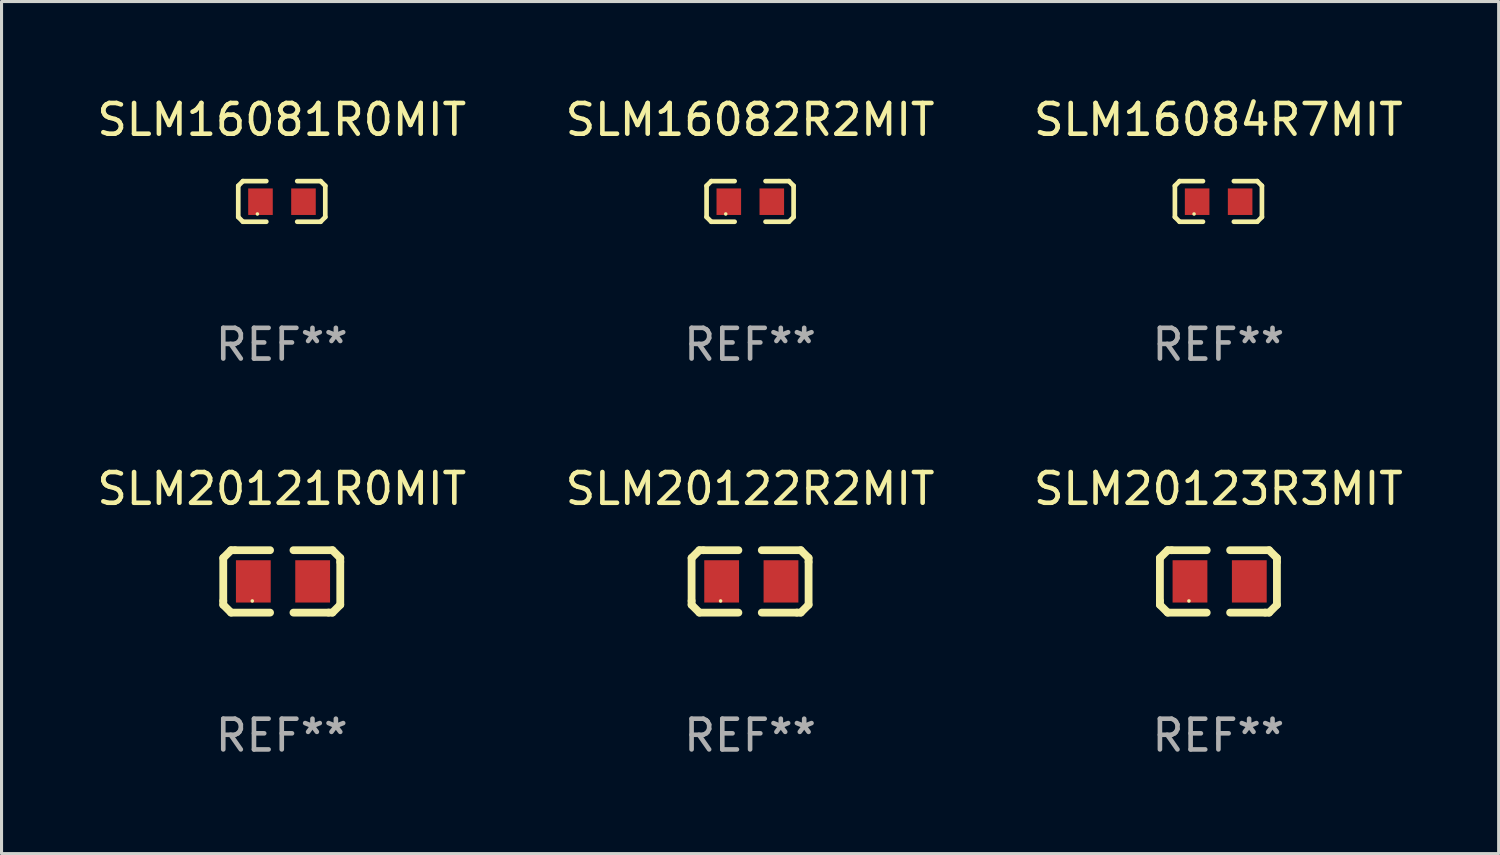
<source format=kicad_pcb>
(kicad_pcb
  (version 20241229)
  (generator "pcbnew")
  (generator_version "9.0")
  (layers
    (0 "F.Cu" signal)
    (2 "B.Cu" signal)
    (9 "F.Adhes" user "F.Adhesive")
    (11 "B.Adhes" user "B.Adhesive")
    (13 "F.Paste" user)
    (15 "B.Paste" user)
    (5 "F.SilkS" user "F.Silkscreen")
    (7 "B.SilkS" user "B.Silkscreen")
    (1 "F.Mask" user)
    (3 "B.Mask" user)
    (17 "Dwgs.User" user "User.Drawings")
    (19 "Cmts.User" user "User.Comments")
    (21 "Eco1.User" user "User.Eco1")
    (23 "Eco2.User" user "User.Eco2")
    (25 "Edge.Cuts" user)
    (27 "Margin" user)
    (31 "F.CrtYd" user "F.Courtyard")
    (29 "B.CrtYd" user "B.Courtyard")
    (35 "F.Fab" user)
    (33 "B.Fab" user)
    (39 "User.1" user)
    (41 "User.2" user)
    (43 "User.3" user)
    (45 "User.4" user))
  (footprint "SLM20121R0MIT"
    (layer "F.Cu")
    (at 6.125 15.882)
    (property "Reference" "SLM20121R0MIT" (at 0 -3.016 0) (layer "F.SilkS") (effects (font (size 1 1) (thickness 0.15))))
    (attr through_hole)
    (fp_line (start -1.905 -0.762) (end -1.905 0.635) (stroke (width 0.254) (type solid)) (layer "F.SilkS"))
    (fp_line (start -1.905 0.635) (end -1.905 0.762) (stroke (width 0.254) (type solid)) (layer "F.SilkS"))
    (fp_line (start -1.905 0.762) (end -1.651 1.016) (stroke (width 0.254) (type solid)) (layer "F.SilkS"))
    (fp_line (start -1.651 -1.016) (end -1.905 -0.762) (stroke (width 0.254) (type solid)) (layer "F.SilkS"))
    (fp_line (start -1.651 1.016) (end -0.381 1.016) (stroke (width 0.254) (type solid)) (layer "F.SilkS"))
    (fp_line (start -1.524 -1.016) (end -1.651 -1.016) (stroke (width 0.254) (type solid)) (layer "F.SilkS"))
    (fp_line (start -0.381 -1.016) (end -1.524 -1.016) (stroke (width 0.254) (type solid)) (layer "F.SilkS"))
    (fp_line (start 0.381 1.016) (end 1.524 1.016) (stroke (width 0.254) (type solid)) (layer "F.SilkS"))
    (fp_line (start 1.524 1.016) (end 1.651 1.016) (stroke (width 0.254) (type solid)) (layer "F.SilkS"))
    (fp_line (start 1.651 -1.016) (end 0.381 -1.016) (stroke (width 0.254) (type solid)) (layer "F.SilkS"))
    (fp_line (start 1.651 1.016) (end 1.905 0.762) (stroke (width 0.254) (type solid)) (layer "F.SilkS"))
    (fp_line (start 1.905 -0.762) (end 1.651 -1.016) (stroke (width 0.254) (type solid)) (layer "F.SilkS"))
    (fp_line (start 1.905 -0.635) (end 1.905 -0.762) (stroke (width 0.254) (type solid)) (layer "F.SilkS"))
    (fp_line (start 1.905 0.762) (end 1.905 -0.635) (stroke (width 0.254) (type solid)) (layer "F.SilkS"))
    (fp_circle (center -0.96 0.637) (end -0.93 0.637) (stroke (width 0.06) (type solid)) (fill no) (layer "F.SilkS"))
    (fp_text user "REF**" (at 0 5.016 0) (layer "F.Fab") (effects (font (size 1 1) (thickness 0.15))))
    (pad "1" smd rect (at -0.926 -0.000051) (size 1.133 1.377) (layers "F.Cu" "F.Mask" "F.Paste"))
    (pad "2" smd rect (at 1.006 -0.000051) (size 1.133 1.377) (layers "F.Cu" "F.Mask" "F.Paste")))
  (footprint "SLM20122R2MIT"
    (layer "F.Cu")
    (at 21.375 15.882)
    (property "Reference" "SLM20122R2MIT" (at 0 -3.016 0) (layer "F.SilkS") (effects (font (size 1 1) (thickness 0.15))))
    (attr through_hole)
    (fp_line (start -1.905 -0.762) (end -1.905 0.635) (stroke (width 0.254) (type solid)) (layer "F.SilkS"))
    (fp_line (start -1.905 0.635) (end -1.905 0.762) (stroke (width 0.254) (type solid)) (layer "F.SilkS"))
    (fp_line (start -1.905 0.762) (end -1.651 1.016) (stroke (width 0.254) (type solid)) (layer "F.SilkS"))
    (fp_line (start -1.651 -1.016) (end -1.905 -0.762) (stroke (width 0.254) (type solid)) (layer "F.SilkS"))
    (fp_line (start -1.651 1.016) (end -0.381 1.016) (stroke (width 0.254) (type solid)) (layer "F.SilkS"))
    (fp_line (start -1.524 -1.016) (end -1.651 -1.016) (stroke (width 0.254) (type solid)) (layer "F.SilkS"))
    (fp_line (start -0.381 -1.016) (end -1.524 -1.016) (stroke (width 0.254) (type solid)) (layer "F.SilkS"))
    (fp_line (start 0.381 1.016) (end 1.524 1.016) (stroke (width 0.254) (type solid)) (layer "F.SilkS"))
    (fp_line (start 1.524 1.016) (end 1.651 1.016) (stroke (width 0.254) (type solid)) (layer "F.SilkS"))
    (fp_line (start 1.651 -1.016) (end 0.381 -1.016) (stroke (width 0.254) (type solid)) (layer "F.SilkS"))
    (fp_line (start 1.651 1.016) (end 1.905 0.762) (stroke (width 0.254) (type solid)) (layer "F.SilkS"))
    (fp_line (start 1.905 -0.762) (end 1.651 -1.016) (stroke (width 0.254) (type solid)) (layer "F.SilkS"))
    (fp_line (start 1.905 -0.635) (end 1.905 -0.762) (stroke (width 0.254) (type solid)) (layer "F.SilkS"))
    (fp_line (start 1.905 0.762) (end 1.905 -0.635) (stroke (width 0.254) (type solid)) (layer "F.SilkS"))
    (fp_circle (center -0.96 0.637) (end -0.93 0.637) (stroke (width 0.06) (type solid)) (fill no) (layer "F.SilkS"))
    (fp_text user "REF**" (at 0 5.016 0) (layer "F.Fab") (effects (font (size 1 1) (thickness 0.15))))
    (pad "1" smd rect (at -0.926 -0.000051) (size 1.133 1.377) (layers "F.Cu" "F.Mask" "F.Paste"))
    (pad "2" smd rect (at 1.006 -0.000051) (size 1.133 1.377) (layers "F.Cu" "F.Mask" "F.Paste")))
  (footprint "SLM16084R7MIT"
    (layer "F.Cu")
    (at 36.625 3.509)
    (property "Reference" "SLM16084R7MIT" (at 0 -2.661 0) (layer "F.SilkS") (effects (font (size 1 1) (thickness 0.15))))
    (attr through_hole)
    (fp_line (start -1.417 -0.508) (end -1.265 -0.661) (stroke (width 0.152) (type solid)) (layer "F.SilkS"))
    (fp_line (start -1.417 0.508) (end -1.417 -0.508) (stroke (width 0.152) (type solid)) (layer "F.SilkS"))
    (fp_line (start -1.265 -0.661) (end -0.503 -0.661) (stroke (width 0.152) (type solid)) (layer "F.SilkS"))
    (fp_line (start -1.265 0.661) (end -1.417 0.508) (stroke (width 0.152) (type solid)) (layer "F.SilkS"))
    (fp_line (start -1.265 0.661) (end -0.503 0.661) (stroke (width 0.152) (type solid)) (layer "F.SilkS"))
    (fp_line (start 1.265 -0.661) (end 0.503 -0.661) (stroke (width 0.152) (type solid)) (layer "F.SilkS"))
    (fp_line (start 1.265 -0.661) (end 1.417 -0.508) (stroke (width 0.152) (type solid)) (layer "F.SilkS"))
    (fp_line (start 1.265 0.661) (end 0.503 0.661) (stroke (width 0.152) (type solid)) (layer "F.SilkS"))
    (fp_line (start 1.417 -0.508) (end 1.417 0.508) (stroke (width 0.152) (type solid)) (layer "F.SilkS"))
    (fp_line (start 1.417 0.508) (end 1.265 0.661) (stroke (width 0.152) (type solid)) (layer "F.SilkS"))
    (fp_circle (center -0.793 0.409) (end -0.763 0.409) (stroke (width 0.06) (type solid)) (fill no) (layer "F.SilkS"))
    (fp_text user "REF**" (at 0 4.661 0) (layer "F.Fab") (effects (font (size 1 1) (thickness 0.15))))
    (pad "1" smd rect (at -0.693 0.009 180) (size 0.8 0.864) (layers "F.Cu" "F.Mask" "F.Paste"))
    (pad "2" smd rect (at 0.707 0.009 180) (size 0.8 0.864) (layers "F.Cu" "F.Mask" "F.Paste")))
  (footprint "SLM16081R0MIT"
    (layer "F.Cu")
    (at 6.125 3.509)
    (property "Reference" "SLM16081R0MIT" (at 0 -2.661 0) (layer "F.SilkS") (effects (font (size 1 1) (thickness 0.15))))
    (attr through_hole)
    (fp_line (start -1.417 -0.508) (end -1.265 -0.661) (stroke (width 0.152) (type solid)) (layer "F.SilkS"))
    (fp_line (start -1.417 0.508) (end -1.417 -0.508) (stroke (width 0.152) (type solid)) (layer "F.SilkS"))
    (fp_line (start -1.265 -0.661) (end -0.503 -0.661) (stroke (width 0.152) (type solid)) (layer "F.SilkS"))
    (fp_line (start -1.265 0.661) (end -1.417 0.508) (stroke (width 0.152) (type solid)) (layer "F.SilkS"))
    (fp_line (start -1.265 0.661) (end -0.503 0.661) (stroke (width 0.152) (type solid)) (layer "F.SilkS"))
    (fp_line (start 1.265 -0.661) (end 0.503 -0.661) (stroke (width 0.152) (type solid)) (layer "F.SilkS"))
    (fp_line (start 1.265 -0.661) (end 1.417 -0.508) (stroke (width 0.152) (type solid)) (layer "F.SilkS"))
    (fp_line (start 1.265 0.661) (end 0.503 0.661) (stroke (width 0.152) (type solid)) (layer "F.SilkS"))
    (fp_line (start 1.417 -0.508) (end 1.417 0.508) (stroke (width 0.152) (type solid)) (layer "F.SilkS"))
    (fp_line (start 1.417 0.508) (end 1.265 0.661) (stroke (width 0.152) (type solid)) (layer "F.SilkS"))
    (fp_circle (center -0.793 0.409) (end -0.763 0.409) (stroke (width 0.06) (type solid)) (fill no) (layer "F.SilkS"))
    (fp_text user "REF**" (at 0 4.661 0) (layer "F.Fab") (effects (font (size 1 1) (thickness 0.15))))
    (pad "1" smd rect (at -0.693 0.009 180) (size 0.8 0.864) (layers "F.Cu" "F.Mask" "F.Paste"))
    (pad "2" smd rect (at 0.707 0.009 180) (size 0.8 0.864) (layers "F.Cu" "F.Mask" "F.Paste")))
  (footprint "SLM20123R3MIT"
    (layer "F.Cu")
    (at 36.625 15.882)
    (property "Reference" "SLM20123R3MIT" (at 0 -3.016 0) (layer "F.SilkS") (effects (font (size 1 1) (thickness 0.15))))
    (attr through_hole)
    (fp_line (start -1.905 -0.762) (end -1.905 0.635) (stroke (width 0.254) (type solid)) (layer "F.SilkS"))
    (fp_line (start -1.905 0.635) (end -1.905 0.762) (stroke (width 0.254) (type solid)) (layer "F.SilkS"))
    (fp_line (start -1.905 0.762) (end -1.651 1.016) (stroke (width 0.254) (type solid)) (layer "F.SilkS"))
    (fp_line (start -1.651 -1.016) (end -1.905 -0.762) (stroke (width 0.254) (type solid)) (layer "F.SilkS"))
    (fp_line (start -1.651 1.016) (end -0.381 1.016) (stroke (width 0.254) (type solid)) (layer "F.SilkS"))
    (fp_line (start -1.524 -1.016) (end -1.651 -1.016) (stroke (width 0.254) (type solid)) (layer "F.SilkS"))
    (fp_line (start -0.381 -1.016) (end -1.524 -1.016) (stroke (width 0.254) (type solid)) (layer "F.SilkS"))
    (fp_line (start 0.381 1.016) (end 1.524 1.016) (stroke (width 0.254) (type solid)) (layer "F.SilkS"))
    (fp_line (start 1.524 1.016) (end 1.651 1.016) (stroke (width 0.254) (type solid)) (layer "F.SilkS"))
    (fp_line (start 1.651 -1.016) (end 0.381 -1.016) (stroke (width 0.254) (type solid)) (layer "F.SilkS"))
    (fp_line (start 1.651 1.016) (end 1.905 0.762) (stroke (width 0.254) (type solid)) (layer "F.SilkS"))
    (fp_line (start 1.905 -0.762) (end 1.651 -1.016) (stroke (width 0.254) (type solid)) (layer "F.SilkS"))
    (fp_line (start 1.905 -0.635) (end 1.905 -0.762) (stroke (width 0.254) (type solid)) (layer "F.SilkS"))
    (fp_line (start 1.905 0.762) (end 1.905 -0.635) (stroke (width 0.254) (type solid)) (layer "F.SilkS"))
    (fp_circle (center -0.96 0.637) (end -0.93 0.637) (stroke (width 0.06) (type solid)) (fill no) (layer "F.SilkS"))
    (fp_text user "REF**" (at 0 5.016 0) (layer "F.Fab") (effects (font (size 1 1) (thickness 0.15))))
    (pad "1" smd rect (at -0.926 -0.000051) (size 1.133 1.377) (layers "F.Cu" "F.Mask" "F.Paste"))
    (pad "2" smd rect (at 1.006 -0.000051) (size 1.133 1.377) (layers "F.Cu" "F.Mask" "F.Paste")))
  (footprint "SLM16082R2MIT"
    (layer "F.Cu")
    (at 21.375 3.509)
    (property "Reference" "SLM16082R2MIT" (at 0 -2.661 0) (layer "F.SilkS") (effects (font (size 1 1) (thickness 0.15))))
    (attr through_hole)
    (fp_line (start -1.417 -0.508) (end -1.265 -0.661) (stroke (width 0.152) (type solid)) (layer "F.SilkS"))
    (fp_line (start -1.417 0.508) (end -1.417 -0.508) (stroke (width 0.152) (type solid)) (layer "F.SilkS"))
    (fp_line (start -1.265 -0.661) (end -0.503 -0.661) (stroke (width 0.152) (type solid)) (layer "F.SilkS"))
    (fp_line (start -1.265 0.661) (end -1.417 0.508) (stroke (width 0.152) (type solid)) (layer "F.SilkS"))
    (fp_line (start -1.265 0.661) (end -0.503 0.661) (stroke (width 0.152) (type solid)) (layer "F.SilkS"))
    (fp_line (start 1.265 -0.661) (end 0.503 -0.661) (stroke (width 0.152) (type solid)) (layer "F.SilkS"))
    (fp_line (start 1.265 -0.661) (end 1.417 -0.508) (stroke (width 0.152) (type solid)) (layer "F.SilkS"))
    (fp_line (start 1.265 0.661) (end 0.503 0.661) (stroke (width 0.152) (type solid)) (layer "F.SilkS"))
    (fp_line (start 1.417 -0.508) (end 1.417 0.508) (stroke (width 0.152) (type solid)) (layer "F.SilkS"))
    (fp_line (start 1.417 0.508) (end 1.265 0.661) (stroke (width 0.152) (type solid)) (layer "F.SilkS"))
    (fp_circle (center -0.793 0.409) (end -0.763 0.409) (stroke (width 0.06) (type solid)) (fill no) (layer "F.SilkS"))
    (fp_text user "REF**" (at 0 4.661 0) (layer "F.Fab") (effects (font (size 1 1) (thickness 0.15))))
    (pad "1" smd rect (at -0.693 0.009 180) (size 0.8 0.864) (layers "F.Cu" "F.Mask" "F.Paste"))
    (pad "2" smd rect (at 0.707 0.009 180) (size 0.8 0.864) (layers "F.Cu" "F.Mask" "F.Paste")))
  (gr_rect
    (start -3 -3)
    (end 45.75 24.746)
    (stroke (width 0.1) (type default))
    (fill no)
    (layer "Edge.Cuts")))
</source>
